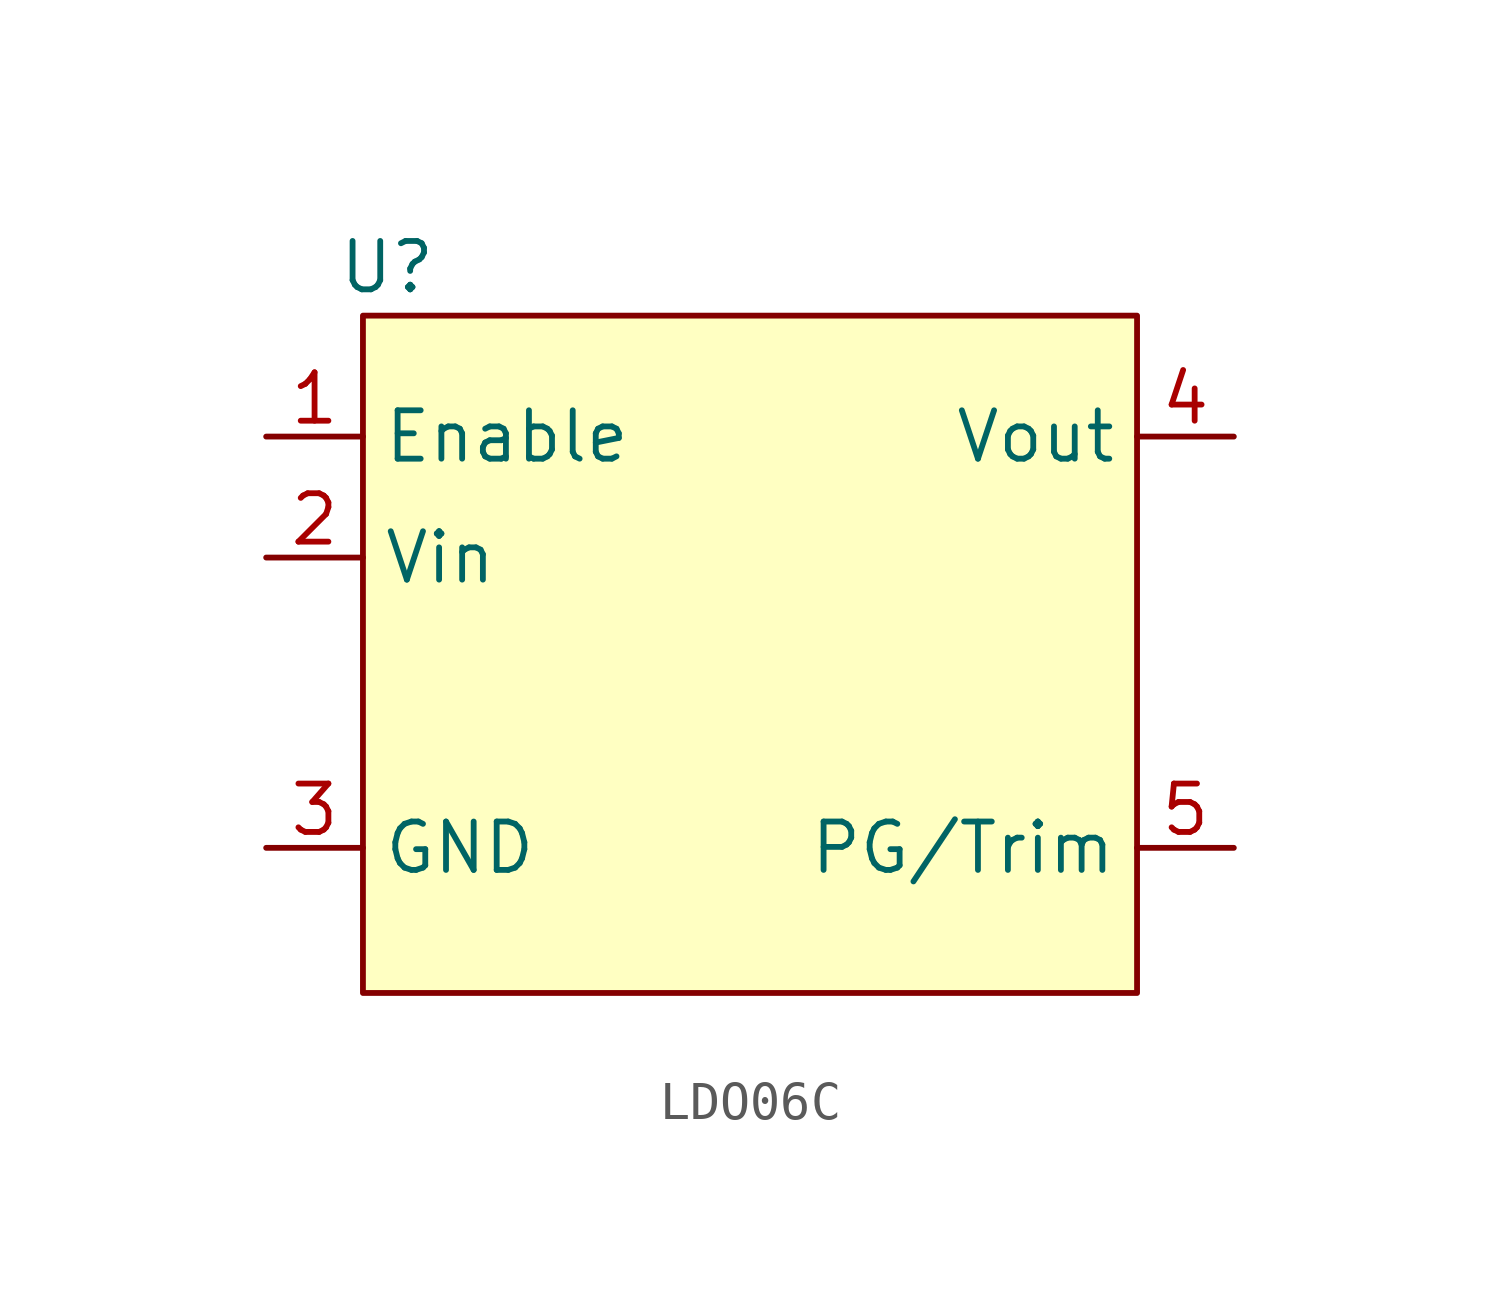
<source format=kicad_sym>
(kicad_symbol_lib
  (version 20220914)
  (generator kicad_symbol_editor)
  (symbol "LDO06C"
    (property "Reference" "U"
      (at -10.16 7.62 0)
      (effects (font (size 1.27 1.27))))
    (property "Value" ""
      (at 0 3.175 0)
      (effects (font (size 1.27 1.27))))
    (symbol "LDO06C_1_1"
      (rectangle (start -10.795 6.35) (end 9.525 -11.43) (stroke (width 0) (type default)) (fill (type background)))
      (pin input line (at -13.335 3.175 0) (length 2.54) (name "Enable" (effects (font (size 1.27 1.27)))) (number "1" (effects (font (size 1.27 1.27)))))
      (pin power_in line (at -13.335 0 0) (length 2.54) (name "Vin" (effects (font (size 1.27 1.27)))) (number "2" (effects (font (size 1.27 1.27)))))
      (pin power_in line (at -13.335 -7.62 0) (length 2.54) (name "GND" (effects (font (size 1.27 1.27)))) (number "3" (effects (font (size 1.27 1.27)))))
      (pin power_out line (at 12.065 3.175 180) (length 2.54) (name "Vout" (effects (font (size 1.27 1.27)))) (number "4" (effects (font (size 1.27 1.27)))))
      (pin input line (at 12.065 -7.62 180) (length 2.54) (name "PG/Trim" (effects (font (size 1.27 1.27)))) (number "5" (effects (font (size 1.27 1.27)))))
      (pin no_connect line (at 12.065 -2.54 180) (length 2.54) hide (name "Mech" (effects (font (size 1.27 1.27)))) (number "6" (effects (font (size 1.27 1.27))))))))
</source>
